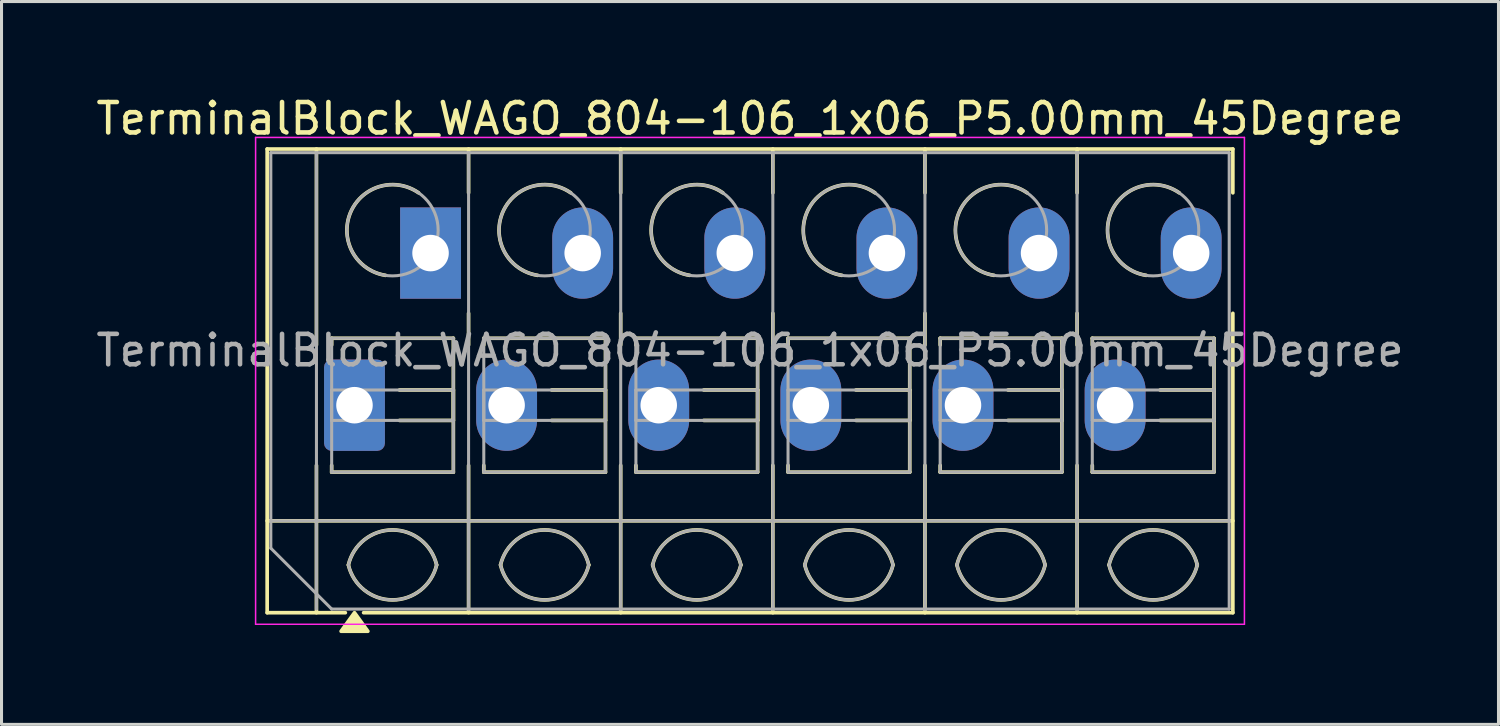
<source format=kicad_pcb>
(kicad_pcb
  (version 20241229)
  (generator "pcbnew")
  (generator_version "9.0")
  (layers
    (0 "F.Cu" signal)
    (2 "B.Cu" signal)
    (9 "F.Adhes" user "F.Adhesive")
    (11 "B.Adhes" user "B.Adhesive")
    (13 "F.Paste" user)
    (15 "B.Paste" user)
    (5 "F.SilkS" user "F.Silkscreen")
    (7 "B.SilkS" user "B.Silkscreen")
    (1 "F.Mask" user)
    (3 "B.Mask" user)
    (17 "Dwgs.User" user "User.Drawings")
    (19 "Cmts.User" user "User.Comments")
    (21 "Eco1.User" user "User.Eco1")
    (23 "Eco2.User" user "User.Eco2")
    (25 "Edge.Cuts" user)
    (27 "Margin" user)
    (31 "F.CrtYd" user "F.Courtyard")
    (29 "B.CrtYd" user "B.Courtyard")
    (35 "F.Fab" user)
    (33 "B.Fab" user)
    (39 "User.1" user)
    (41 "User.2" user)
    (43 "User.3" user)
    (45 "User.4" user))
  (footprint "TerminalBlock_WAGO_804-106_1x06_P5.00mm_45Degree"
    (layer "F.Cu")
    (at 8.601 10.268)
    (property "Reference" "TerminalBlock_WAGO_804-106_1x06_P5.00mm_45Degree" (at 13 -9.42 0) (layer "F.SilkS") (effects (font (size 1 1) (thickness 0.15))))
    (attr through_hole)
    (fp_line (start -2.87 -8.42) (end -2.87 6.82) (stroke (width 0.12) (type solid)) (layer "F.SilkS"))
    (fp_line (start -2.87 -8.42) (end 28.87 -8.42) (stroke (width 0.12) (type solid)) (layer "F.SilkS"))
    (fp_line (start -2.87 3.8) (end 28.87 3.8) (stroke (width 0.12) (type solid)) (layer "F.SilkS"))
    (fp_line (start -2.87 6.82) (end -0.3 6.82) (stroke (width 0.12) (type solid)) (layer "F.SilkS"))
    (fp_line (start -1.25 -8.42) (end -1.25 -1.98) (stroke (width 0.12) (type solid)) (layer "F.SilkS"))
    (fp_line (start -1.25 1.98) (end -1.25 6.82) (stroke (width 0.12) (type solid)) (layer "F.SilkS"))
    (fp_line (start -0.75 -2.2) (end -0.75 -1.98) (stroke (width 0.12) (type solid)) (layer "F.SilkS"))
    (fp_line (start -0.75 -2.2) (end 3.25 -2.2) (stroke (width 0.12) (type solid)) (layer "F.SilkS"))
    (fp_line (start -0.75 1.98) (end -0.75 2.2) (stroke (width 0.12) (type solid)) (layer "F.SilkS"))
    (fp_line (start -0.75 2.2) (end 3.25 2.2) (stroke (width 0.12) (type solid)) (layer "F.SilkS"))
    (fp_line (start 0.3 6.82) (end 28.87 6.82) (stroke (width 0.12) (type solid)) (layer "F.SilkS"))
    (fp_line (start 1.48 -0.5) (end 3.25 -0.5) (stroke (width 0.12) (type solid)) (layer "F.SilkS"))
    (fp_line (start 1.48 0.5) (end 3.25 0.5) (stroke (width 0.12) (type solid)) (layer "F.SilkS"))
    (fp_line (start 3.25 -2.2) (end 3.25 2.2) (stroke (width 0.12) (type solid)) (layer "F.SilkS"))
    (fp_line (start 3.25 -0.5) (end 3.25 0.5) (stroke (width 0.12) (type solid)) (layer "F.SilkS"))
    (fp_line (start 3.75 -8.42) (end 3.75 -6.98) (stroke (width 0.12) (type solid)) (layer "F.SilkS"))
    (fp_line (start 3.75 -3.02) (end 3.75 -1.98) (stroke (width 0.12) (type solid)) (layer "F.SilkS"))
    (fp_line (start 3.75 1.98) (end 3.75 6.82) (stroke (width 0.12) (type solid)) (layer "F.SilkS"))
    (fp_line (start 4.25 -2.2) (end 4.25 -1.98) (stroke (width 0.12) (type solid)) (layer "F.SilkS"))
    (fp_line (start 4.25 -2.2) (end 8.25 -2.2) (stroke (width 0.12) (type solid)) (layer "F.SilkS"))
    (fp_line (start 4.25 1.98) (end 4.25 2.2) (stroke (width 0.12) (type solid)) (layer "F.SilkS"))
    (fp_line (start 4.25 2.2) (end 8.25 2.2) (stroke (width 0.12) (type solid)) (layer "F.SilkS"))
    (fp_line (start 6.48 -0.5) (end 8.25 -0.5) (stroke (width 0.12) (type solid)) (layer "F.SilkS"))
    (fp_line (start 6.48 0.5) (end 8.25 0.5) (stroke (width 0.12) (type solid)) (layer "F.SilkS"))
    (fp_line (start 8.25 -2.2) (end 8.25 2.2) (stroke (width 0.12) (type solid)) (layer "F.SilkS"))
    (fp_line (start 8.25 -0.5) (end 8.25 0.5) (stroke (width 0.12) (type solid)) (layer "F.SilkS"))
    (fp_line (start 8.75 -8.42) (end 8.75 -6.98) (stroke (width 0.12) (type solid)) (layer "F.SilkS"))
    (fp_line (start 8.75 -3.02) (end 8.75 -1.98) (stroke (width 0.12) (type solid)) (layer "F.SilkS"))
    (fp_line (start 8.75 1.98) (end 8.75 6.82) (stroke (width 0.12) (type solid)) (layer "F.SilkS"))
    (fp_line (start 9.25 -2.2) (end 9.25 -1.98) (stroke (width 0.12) (type solid)) (layer "F.SilkS"))
    (fp_line (start 9.25 -2.2) (end 13.25 -2.2) (stroke (width 0.12) (type solid)) (layer "F.SilkS"))
    (fp_line (start 9.25 1.98) (end 9.25 2.2) (stroke (width 0.12) (type solid)) (layer "F.SilkS"))
    (fp_line (start 9.25 2.2) (end 13.25 2.2) (stroke (width 0.12) (type solid)) (layer "F.SilkS"))
    (fp_line (start 11.48 -0.5) (end 13.25 -0.5) (stroke (width 0.12) (type solid)) (layer "F.SilkS"))
    (fp_line (start 11.48 0.5) (end 13.25 0.5) (stroke (width 0.12) (type solid)) (layer "F.SilkS"))
    (fp_line (start 13.25 -2.2) (end 13.25 2.2) (stroke (width 0.12) (type solid)) (layer "F.SilkS"))
    (fp_line (start 13.25 -0.5) (end 13.25 0.5) (stroke (width 0.12) (type solid)) (layer "F.SilkS"))
    (fp_line (start 13.75 -8.42) (end 13.75 -6.98) (stroke (width 0.12) (type solid)) (layer "F.SilkS"))
    (fp_line (start 13.75 -3.02) (end 13.75 -1.98) (stroke (width 0.12) (type solid)) (layer "F.SilkS"))
    (fp_line (start 13.75 1.98) (end 13.75 6.82) (stroke (width 0.12) (type solid)) (layer "F.SilkS"))
    (fp_line (start 14.25 -2.2) (end 14.25 -1.98) (stroke (width 0.12) (type solid)) (layer "F.SilkS"))
    (fp_line (start 14.25 -2.2) (end 18.25 -2.2) (stroke (width 0.12) (type solid)) (layer "F.SilkS"))
    (fp_line (start 14.25 1.98) (end 14.25 2.2) (stroke (width 0.12) (type solid)) (layer "F.SilkS"))
    (fp_line (start 14.25 2.2) (end 18.25 2.2) (stroke (width 0.12) (type solid)) (layer "F.SilkS"))
    (fp_line (start 16.48 -0.5) (end 18.25 -0.5) (stroke (width 0.12) (type solid)) (layer "F.SilkS"))
    (fp_line (start 16.48 0.5) (end 18.25 0.5) (stroke (width 0.12) (type solid)) (layer "F.SilkS"))
    (fp_line (start 18.25 -2.2) (end 18.25 2.2) (stroke (width 0.12) (type solid)) (layer "F.SilkS"))
    (fp_line (start 18.25 -0.5) (end 18.25 0.5) (stroke (width 0.12) (type solid)) (layer "F.SilkS"))
    (fp_line (start 18.75 -8.42) (end 18.75 -6.98) (stroke (width 0.12) (type solid)) (layer "F.SilkS"))
    (fp_line (start 18.75 -3.02) (end 18.75 -1.98) (stroke (width 0.12) (type solid)) (layer "F.SilkS"))
    (fp_line (start 18.75 1.98) (end 18.75 6.82) (stroke (width 0.12) (type solid)) (layer "F.SilkS"))
    (fp_line (start 19.25 -2.2) (end 19.25 -1.98) (stroke (width 0.12) (type solid)) (layer "F.SilkS"))
    (fp_line (start 19.25 -2.2) (end 23.25 -2.2) (stroke (width 0.12) (type solid)) (layer "F.SilkS"))
    (fp_line (start 19.25 1.98) (end 19.25 2.2) (stroke (width 0.12) (type solid)) (layer "F.SilkS"))
    (fp_line (start 19.25 2.2) (end 23.25 2.2) (stroke (width 0.12) (type solid)) (layer "F.SilkS"))
    (fp_line (start 21.48 -0.5) (end 23.25 -0.5) (stroke (width 0.12) (type solid)) (layer "F.SilkS"))
    (fp_line (start 21.48 0.5) (end 23.25 0.5) (stroke (width 0.12) (type solid)) (layer "F.SilkS"))
    (fp_line (start 23.25 -2.2) (end 23.25 2.2) (stroke (width 0.12) (type solid)) (layer "F.SilkS"))
    (fp_line (start 23.25 -0.5) (end 23.25 0.5) (stroke (width 0.12) (type solid)) (layer "F.SilkS"))
    (fp_line (start 23.75 -8.42) (end 23.75 -6.98) (stroke (width 0.12) (type solid)) (layer "F.SilkS"))
    (fp_line (start 23.75 -3.02) (end 23.75 -1.98) (stroke (width 0.12) (type solid)) (layer "F.SilkS"))
    (fp_line (start 23.75 1.98) (end 23.75 6.82) (stroke (width 0.12) (type solid)) (layer "F.SilkS"))
    (fp_line (start 24.25 -2.2) (end 24.25 -1.98) (stroke (width 0.12) (type solid)) (layer "F.SilkS"))
    (fp_line (start 24.25 -2.2) (end 28.25 -2.2) (stroke (width 0.12) (type solid)) (layer "F.SilkS"))
    (fp_line (start 24.25 1.98) (end 24.25 2.2) (stroke (width 0.12) (type solid)) (layer "F.SilkS"))
    (fp_line (start 24.25 2.2) (end 28.25 2.2) (stroke (width 0.12) (type solid)) (layer "F.SilkS"))
    (fp_line (start 26.48 -0.5) (end 28.25 -0.5) (stroke (width 0.12) (type solid)) (layer "F.SilkS"))
    (fp_line (start 26.48 0.5) (end 28.25 0.5) (stroke (width 0.12) (type solid)) (layer "F.SilkS"))
    (fp_line (start 28.25 -2.2) (end 28.25 2.2) (stroke (width 0.12) (type solid)) (layer "F.SilkS"))
    (fp_line (start 28.25 -0.5) (end 28.25 0.5) (stroke (width 0.12) (type solid)) (layer "F.SilkS"))
    (fp_line (start 28.87 -8.42) (end 28.87 -6.98) (stroke (width 0.12) (type solid)) (layer "F.SilkS"))
    (fp_line (start 28.87 -3.02) (end 28.87 6.82) (stroke (width 0.12) (type solid)) (layer "F.SilkS"))
    (fp_arc (start -0.199942 5.249753) (mid 1.250127 4.099899) (end 2.7 5.25) (stroke (width 0.12) (type solid)) (layer "F.SilkS"))
    (fp_arc (start 1.02 -4.268) (mid -0.141815 -6.308637) (end 2.10843 -6.979765) (stroke (width 0.12) (type solid)) (layer "F.SilkS"))
    (fp_arc (start 2.7 5.25) (mid 1.250127 6.400101) (end -0.199942 5.250247) (stroke (width 0.12) (type solid)) (layer "F.SilkS"))
    (fp_arc (start 4.800058 5.249753) (mid 6.250127 4.099899) (end 7.7 5.25) (stroke (width 0.12) (type solid)) (layer "F.SilkS"))
    (fp_arc (start 6.02 -4.268) (mid 4.858185 -6.308637) (end 7.10843 -6.979765) (stroke (width 0.12) (type solid)) (layer "F.SilkS"))
    (fp_arc (start 7.7 5.25) (mid 6.250127 6.400101) (end 4.800058 5.250247) (stroke (width 0.12) (type solid)) (layer "F.SilkS"))
    (fp_arc (start 9.800058 5.249753) (mid 11.250127 4.099899) (end 12.7 5.25) (stroke (width 0.12) (type solid)) (layer "F.SilkS"))
    (fp_arc (start 11.02 -4.268) (mid 9.858185 -6.308637) (end 12.10843 -6.979765) (stroke (width 0.12) (type solid)) (layer "F.SilkS"))
    (fp_arc (start 12.7 5.25) (mid 11.250127 6.400101) (end 9.800058 5.250247) (stroke (width 0.12) (type solid)) (layer "F.SilkS"))
    (fp_arc (start 14.800058 5.249753) (mid 16.250127 4.099899) (end 17.7 5.25) (stroke (width 0.12) (type solid)) (layer "F.SilkS"))
    (fp_arc (start 16.02 -4.268) (mid 14.858185 -6.308637) (end 17.10843 -6.979765) (stroke (width 0.12) (type solid)) (layer "F.SilkS"))
    (fp_arc (start 17.7 5.25) (mid 16.250127 6.400101) (end 14.800058 5.250247) (stroke (width 0.12) (type solid)) (layer "F.SilkS"))
    (fp_arc (start 19.800058 5.249753) (mid 21.250127 4.099899) (end 22.7 5.25) (stroke (width 0.12) (type solid)) (layer "F.SilkS"))
    (fp_arc (start 21.02 -4.268) (mid 19.858185 -6.308637) (end 22.10843 -6.979765) (stroke (width 0.12) (type solid)) (layer "F.SilkS"))
    (fp_arc (start 22.7 5.25) (mid 21.250127 6.400101) (end 19.800058 5.250247) (stroke (width 0.12) (type solid)) (layer "F.SilkS"))
    (fp_arc (start 24.800058 5.249753) (mid 26.250127 4.099899) (end 27.7 5.25) (stroke (width 0.12) (type solid)) (layer "F.SilkS"))
    (fp_arc (start 26.02 -4.268) (mid 24.858185 -6.308637) (end 27.10843 -6.979765) (stroke (width 0.12) (type solid)) (layer "F.SilkS"))
    (fp_arc (start 27.7 5.25) (mid 26.250127 6.400101) (end 24.800058 5.250247) (stroke (width 0.12) (type solid)) (layer "F.SilkS"))
    (fp_poly (pts (xy 0 6.82) (xy 0.44 7.43) (xy -0.44 7.43)) (stroke (width 0.12) (type solid)) (fill yes) (layer "F.SilkS"))
    (fp_line (start -3.25 -8.8) (end -3.25 7.2) (stroke (width 0.05) (type solid)) (layer "F.CrtYd"))
    (fp_line (start -3.25 7.2) (end 29.25 7.2) (stroke (width 0.05) (type solid)) (layer "F.CrtYd"))
    (fp_line (start 29.25 -8.8) (end -3.25 -8.8) (stroke (width 0.05) (type solid)) (layer "F.CrtYd"))
    (fp_line (start 29.25 7.2) (end 29.25 -8.8) (stroke (width 0.05) (type solid)) (layer "F.CrtYd"))
    (fp_line (start -2.75 -8.3) (end 28.75 -8.3) (stroke (width 0.1) (type solid)) (layer "F.Fab"))
    (fp_line (start -2.75 3.8) (end 28.75 3.8) (stroke (width 0.1) (type solid)) (layer "F.Fab"))
    (fp_line (start -2.75 4.7) (end -2.75 -8.3) (stroke (width 0.1) (type solid)) (layer "F.Fab"))
    (fp_line (start -1.25 -8.3) (end -1.25 6.7) (stroke (width 0.1) (type solid)) (layer "F.Fab"))
    (fp_line (start -0.75 -2.2) (end -0.75 2.2) (stroke (width 0.1) (type solid)) (layer "F.Fab"))
    (fp_line (start -0.75 -0.5) (end -0.75 0.5) (stroke (width 0.1) (type solid)) (layer "F.Fab"))
    (fp_line (start -0.75 0.5) (end 3.25 0.5) (stroke (width 0.1) (type solid)) (layer "F.Fab"))
    (fp_line (start -0.75 2.2) (end 3.25 2.2) (stroke (width 0.1) (type solid)) (layer "F.Fab"))
    (fp_line (start -0.75 6.7) (end -2.75 4.7) (stroke (width 0.1) (type solid)) (layer "F.Fab"))
    (fp_line (start 3.25 -2.2) (end -0.75 -2.2) (stroke (width 0.1) (type solid)) (layer "F.Fab"))
    (fp_line (start 3.25 -0.5) (end -0.75 -0.5) (stroke (width 0.1) (type solid)) (layer "F.Fab"))
    (fp_line (start 3.25 0.5) (end 3.25 -0.5) (stroke (width 0.1) (type solid)) (layer "F.Fab"))
    (fp_line (start 3.25 2.2) (end 3.25 -2.2) (stroke (width 0.1) (type solid)) (layer "F.Fab"))
    (fp_line (start 3.75 -8.3) (end 3.75 6.7) (stroke (width 0.1) (type solid)) (layer "F.Fab"))
    (fp_line (start 4.25 -2.2) (end 4.25 2.2) (stroke (width 0.1) (type solid)) (layer "F.Fab"))
    (fp_line (start 4.25 -0.5) (end 4.25 0.5) (stroke (width 0.1) (type solid)) (layer "F.Fab"))
    (fp_line (start 4.25 0.5) (end 8.25 0.5) (stroke (width 0.1) (type solid)) (layer "F.Fab"))
    (fp_line (start 4.25 2.2) (end 8.25 2.2) (stroke (width 0.1) (type solid)) (layer "F.Fab"))
    (fp_line (start 8.25 -2.2) (end 4.25 -2.2) (stroke (width 0.1) (type solid)) (layer "F.Fab"))
    (fp_line (start 8.25 -0.5) (end 4.25 -0.5) (stroke (width 0.1) (type solid)) (layer "F.Fab"))
    (fp_line (start 8.25 0.5) (end 8.25 -0.5) (stroke (width 0.1) (type solid)) (layer "F.Fab"))
    (fp_line (start 8.25 2.2) (end 8.25 -2.2) (stroke (width 0.1) (type solid)) (layer "F.Fab"))
    (fp_line (start 8.75 -8.3) (end 8.75 6.7) (stroke (width 0.1) (type solid)) (layer "F.Fab"))
    (fp_line (start 9.25 -2.2) (end 9.25 2.2) (stroke (width 0.1) (type solid)) (layer "F.Fab"))
    (fp_line (start 9.25 -0.5) (end 9.25 0.5) (stroke (width 0.1) (type solid)) (layer "F.Fab"))
    (fp_line (start 9.25 0.5) (end 13.25 0.5) (stroke (width 0.1) (type solid)) (layer "F.Fab"))
    (fp_line (start 9.25 2.2) (end 13.25 2.2) (stroke (width 0.1) (type solid)) (layer "F.Fab"))
    (fp_line (start 13.25 -2.2) (end 9.25 -2.2) (stroke (width 0.1) (type solid)) (layer "F.Fab"))
    (fp_line (start 13.25 -0.5) (end 9.25 -0.5) (stroke (width 0.1) (type solid)) (layer "F.Fab"))
    (fp_line (start 13.25 0.5) (end 13.25 -0.5) (stroke (width 0.1) (type solid)) (layer "F.Fab"))
    (fp_line (start 13.25 2.2) (end 13.25 -2.2) (stroke (width 0.1) (type solid)) (layer "F.Fab"))
    (fp_line (start 13.75 -8.3) (end 13.75 6.7) (stroke (width 0.1) (type solid)) (layer "F.Fab"))
    (fp_line (start 14.25 -2.2) (end 14.25 2.2) (stroke (width 0.1) (type solid)) (layer "F.Fab"))
    (fp_line (start 14.25 -0.5) (end 14.25 0.5) (stroke (width 0.1) (type solid)) (layer "F.Fab"))
    (fp_line (start 14.25 0.5) (end 18.25 0.5) (stroke (width 0.1) (type solid)) (layer "F.Fab"))
    (fp_line (start 14.25 2.2) (end 18.25 2.2) (stroke (width 0.1) (type solid)) (layer "F.Fab"))
    (fp_line (start 18.25 -2.2) (end 14.25 -2.2) (stroke (width 0.1) (type solid)) (layer "F.Fab"))
    (fp_line (start 18.25 -0.5) (end 14.25 -0.5) (stroke (width 0.1) (type solid)) (layer "F.Fab"))
    (fp_line (start 18.25 0.5) (end 18.25 -0.5) (stroke (width 0.1) (type solid)) (layer "F.Fab"))
    (fp_line (start 18.25 2.2) (end 18.25 -2.2) (stroke (width 0.1) (type solid)) (layer "F.Fab"))
    (fp_line (start 18.75 -8.3) (end 18.75 6.7) (stroke (width 0.1) (type solid)) (layer "F.Fab"))
    (fp_line (start 19.25 -2.2) (end 19.25 2.2) (stroke (width 0.1) (type solid)) (layer "F.Fab"))
    (fp_line (start 19.25 -0.5) (end 19.25 0.5) (stroke (width 0.1) (type solid)) (layer "F.Fab"))
    (fp_line (start 19.25 0.5) (end 23.25 0.5) (stroke (width 0.1) (type solid)) (layer "F.Fab"))
    (fp_line (start 19.25 2.2) (end 23.25 2.2) (stroke (width 0.1) (type solid)) (layer "F.Fab"))
    (fp_line (start 23.25 -2.2) (end 19.25 -2.2) (stroke (width 0.1) (type solid)) (layer "F.Fab"))
    (fp_line (start 23.25 -0.5) (end 19.25 -0.5) (stroke (width 0.1) (type solid)) (layer "F.Fab"))
    (fp_line (start 23.25 0.5) (end 23.25 -0.5) (stroke (width 0.1) (type solid)) (layer "F.Fab"))
    (fp_line (start 23.25 2.2) (end 23.25 -2.2) (stroke (width 0.1) (type solid)) (layer "F.Fab"))
    (fp_line (start 23.75 -8.3) (end 23.75 6.7) (stroke (width 0.1) (type solid)) (layer "F.Fab"))
    (fp_line (start 24.25 -2.2) (end 24.25 2.2) (stroke (width 0.1) (type solid)) (layer "F.Fab"))
    (fp_line (start 24.25 -0.5) (end 24.25 0.5) (stroke (width 0.1) (type solid)) (layer "F.Fab"))
    (fp_line (start 24.25 0.5) (end 28.25 0.5) (stroke (width 0.1) (type solid)) (layer "F.Fab"))
    (fp_line (start 24.25 2.2) (end 28.25 2.2) (stroke (width 0.1) (type solid)) (layer "F.Fab"))
    (fp_line (start 28.25 -2.2) (end 24.25 -2.2) (stroke (width 0.1) (type solid)) (layer "F.Fab"))
    (fp_line (start 28.25 -0.5) (end 24.25 -0.5) (stroke (width 0.1) (type solid)) (layer "F.Fab"))
    (fp_line (start 28.25 0.5) (end 28.25 -0.5) (stroke (width 0.1) (type solid)) (layer "F.Fab"))
    (fp_line (start 28.25 2.2) (end 28.25 -2.2) (stroke (width 0.1) (type solid)) (layer "F.Fab"))
    (fp_line (start 28.75 -8.3) (end 28.75 6.7) (stroke (width 0.1) (type solid)) (layer "F.Fab"))
    (fp_line (start 28.75 6.7) (end -0.75 6.7) (stroke (width 0.1) (type solid)) (layer "F.Fab"))
    (fp_arc (start -0.200386 5.251649) (mid 1.249153 4.100672) (end 2.7 5.25) (stroke (width 0.1) (type solid)) (layer "F.Fab"))
    (fp_arc (start 2.7 5.25) (mid 1.250127 6.400101) (end -0.199942 5.250247) (stroke (width 0.1) (type solid)) (layer "F.Fab"))
    (fp_arc (start 4.799614 5.251649) (mid 6.249153 4.100672) (end 7.7 5.25) (stroke (width 0.1) (type solid)) (layer "F.Fab"))
    (fp_arc (start 7.7 5.25) (mid 6.250127 6.400101) (end 4.800058 5.250247) (stroke (width 0.1) (type solid)) (layer "F.Fab"))
    (fp_arc (start 9.799614 5.251649) (mid 11.249153 4.100672) (end 12.7 5.25) (stroke (width 0.1) (type solid)) (layer "F.Fab"))
    (fp_arc (start 12.7 5.25) (mid 11.250127 6.400101) (end 9.800058 5.250247) (stroke (width 0.1) (type solid)) (layer "F.Fab"))
    (fp_arc (start 14.799614 5.251649) (mid 16.249153 4.100672) (end 17.7 5.25) (stroke (width 0.1) (type solid)) (layer "F.Fab"))
    (fp_arc (start 17.7 5.25) (mid 16.250127 6.400101) (end 14.800058 5.250247) (stroke (width 0.1) (type solid)) (layer "F.Fab"))
    (fp_arc (start 19.799614 5.251649) (mid 21.249153 4.100672) (end 22.7 5.25) (stroke (width 0.1) (type solid)) (layer "F.Fab"))
    (fp_arc (start 22.7 5.25) (mid 21.250127 6.400101) (end 19.800058 5.250247) (stroke (width 0.1) (type solid)) (layer "F.Fab"))
    (fp_arc (start 24.799614 5.251649) (mid 26.249153 4.100672) (end 27.7 5.25) (stroke (width 0.1) (type solid)) (layer "F.Fab"))
    (fp_arc (start 27.7 5.25) (mid 26.250127 6.400101) (end 24.800058 5.250247) (stroke (width 0.1) (type solid)) (layer "F.Fab"))
    (fp_circle (center 1.25 -5.75) (end 2.75 -5.75) (stroke (width 0.1) (type solid)) (fill no) (layer "F.Fab"))
    (fp_circle (center 6.25 -5.75) (end 7.75 -5.75) (stroke (width 0.1) (type solid)) (fill no) (layer "F.Fab"))
    (fp_circle (center 11.25 -5.75) (end 12.75 -5.75) (stroke (width 0.1) (type solid)) (fill no) (layer "F.Fab"))
    (fp_circle (center 16.25 -5.75) (end 17.75 -5.75) (stroke (width 0.1) (type solid)) (fill no) (layer "F.Fab"))
    (fp_circle (center 21.25 -5.75) (end 22.75 -5.75) (stroke (width 0.1) (type solid)) (fill no) (layer "F.Fab"))
    (fp_circle (center 26.25 -5.75) (end 27.75 -5.75) (stroke (width 0.1) (type solid)) (fill no) (layer "F.Fab"))
    (fp_text user "${REFERENCE}" (at 13 -1.8 0) (layer "F.Fab") (effects (font (size 1 1) (thickness 0.15))))
    (pad "1" thru_hole roundrect (at 0 0) (size 2 3) (drill 1.2) (layers "*.Cu" "*.Mask") (roundrect_rratio 0.125))
    (pad "1" thru_hole rect (at 2.5 -5) (size 2 3) (drill 1.2) (layers "*.Cu" "*.Mask"))
    (pad "2" thru_hole oval (at 5 0) (size 2 3) (drill 1.2) (layers "*.Cu" "*.Mask"))
    (pad "2" thru_hole oval (at 7.5 -5) (size 2 3) (drill 1.2) (layers "*.Cu" "*.Mask"))
    (pad "3" thru_hole oval (at 10 0) (size 2 3) (drill 1.2) (layers "*.Cu" "*.Mask"))
    (pad "3" thru_hole oval (at 12.5 -5) (size 2 3) (drill 1.2) (layers "*.Cu" "*.Mask"))
    (pad "4" thru_hole oval (at 15 0) (size 2 3) (drill 1.2) (layers "*.Cu" "*.Mask"))
    (pad "4" thru_hole oval (at 17.5 -5) (size 2 3) (drill 1.2) (layers "*.Cu" "*.Mask"))
    (pad "5" thru_hole oval (at 20 0) (size 2 3) (drill 1.2) (layers "*.Cu" "*.Mask"))
    (pad "5" thru_hole oval (at 22.5 -5) (size 2 3) (drill 1.2) (layers "*.Cu" "*.Mask"))
    (pad "6" thru_hole oval (at 25 0) (size 2 3) (drill 1.2) (layers "*.Cu" "*.Mask"))
    (pad "6" thru_hole oval (at 27.5 -5) (size 2 3) (drill 1.2) (layers "*.Cu" "*.Mask")))
  (gr_rect
    (start -3 -3)
    (end 46.202 20.758)
    (stroke (width 0.1) (type default))
    (fill no)
    (layer "Edge.Cuts")))
</source>
